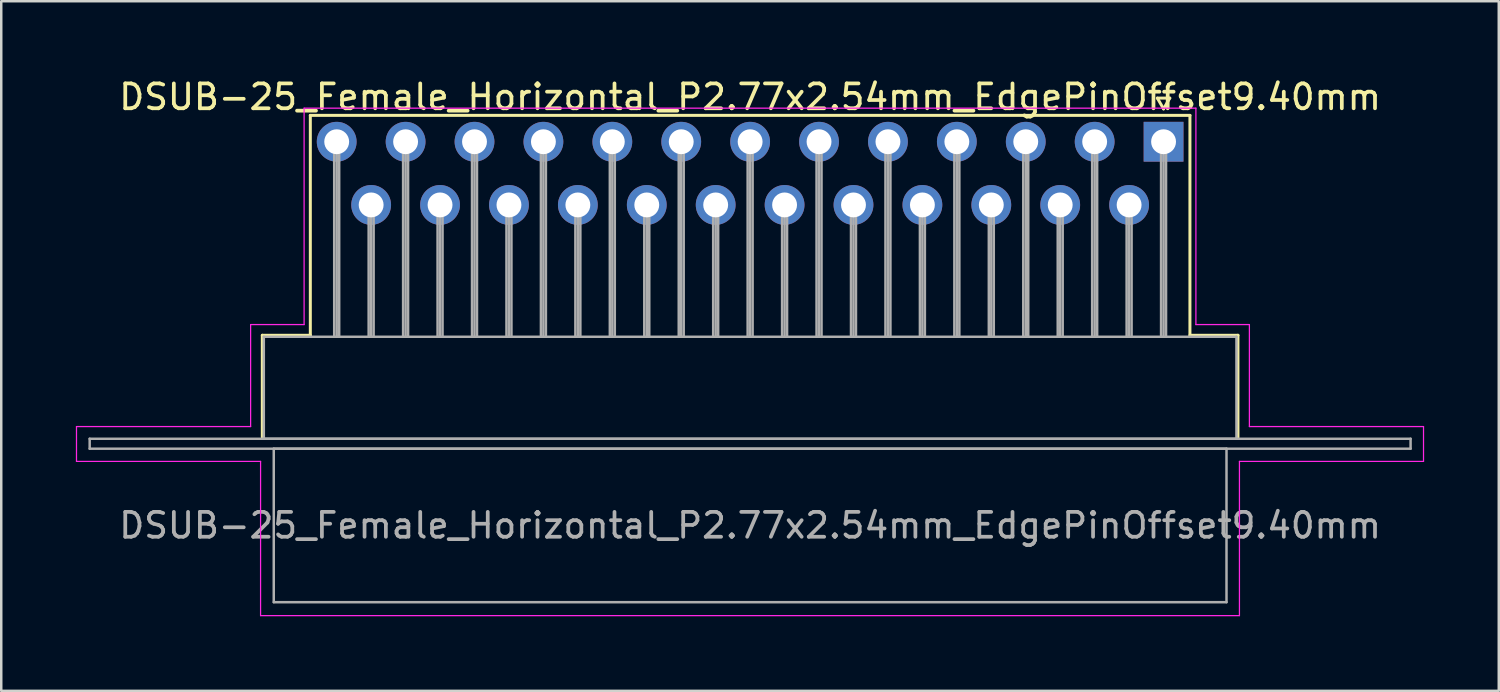
<source format=kicad_pcb>
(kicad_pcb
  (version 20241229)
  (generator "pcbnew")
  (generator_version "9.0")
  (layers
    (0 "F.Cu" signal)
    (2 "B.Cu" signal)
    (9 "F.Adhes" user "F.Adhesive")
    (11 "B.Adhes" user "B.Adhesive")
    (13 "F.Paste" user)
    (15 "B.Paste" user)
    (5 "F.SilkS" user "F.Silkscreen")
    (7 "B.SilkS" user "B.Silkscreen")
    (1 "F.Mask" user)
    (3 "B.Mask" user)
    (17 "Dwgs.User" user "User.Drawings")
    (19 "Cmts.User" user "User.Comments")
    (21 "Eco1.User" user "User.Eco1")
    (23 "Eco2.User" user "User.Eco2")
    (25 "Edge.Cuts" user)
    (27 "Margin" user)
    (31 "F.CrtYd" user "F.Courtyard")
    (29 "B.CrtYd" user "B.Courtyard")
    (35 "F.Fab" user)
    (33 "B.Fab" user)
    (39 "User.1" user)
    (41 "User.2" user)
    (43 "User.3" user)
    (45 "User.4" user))
  (footprint "DSUB-25_Female_Horizontal_P2.77x2.54mm_EdgePinOffset9.40mm"
    (layer "F.Cu")
    (at 43.725 2.648)
    (property "Reference" "DSUB-25_Female_Horizontal_P2.77x2.54mm_EdgePinOffset9.40mm" (at -16.62 -1.8 0) (layer "F.SilkS") (effects (font (size 1 1) (thickness 0.15))))
    (attr through_hole)
    (fp_line (start -36.23 7.78) (end -34.3 7.78) (stroke (width 0.12) (type solid)) (layer "F.SilkS"))
    (fp_line (start -36.23 11.88) (end -36.23 7.78) (stroke (width 0.12) (type solid)) (layer "F.SilkS"))
    (fp_line (start -34.3 -1.06) (end 1.06 -1.06) (stroke (width 0.12) (type solid)) (layer "F.SilkS"))
    (fp_line (start -34.3 7.78) (end -34.3 -1.06) (stroke (width 0.12) (type solid)) (layer "F.SilkS"))
    (fp_line (start -0.25 -1.754) (end 0.25 -1.754) (stroke (width 0.12) (type solid)) (layer "F.SilkS"))
    (fp_line (start 0 -1.321) (end -0.25 -1.754) (stroke (width 0.12) (type solid)) (layer "F.SilkS"))
    (fp_line (start 0.25 -1.754) (end 0 -1.321) (stroke (width 0.12) (type solid)) (layer "F.SilkS"))
    (fp_line (start 1.06 -1.06) (end 1.06 7.78) (stroke (width 0.12) (type solid)) (layer "F.SilkS"))
    (fp_line (start 1.06 7.78) (end 2.99 7.78) (stroke (width 0.12) (type solid)) (layer "F.SilkS"))
    (fp_line (start 2.99 7.78) (end 2.99 11.88) (stroke (width 0.12) (type solid)) (layer "F.SilkS"))
    (fp_line (start -43.7 11.45) (end -36.7 11.45) (stroke (width 0.05) (type solid)) (layer "F.CrtYd"))
    (fp_line (start -43.7 12.85) (end -43.7 11.45) (stroke (width 0.05) (type solid)) (layer "F.CrtYd"))
    (fp_line (start -36.7 7.35) (end -34.55 7.35) (stroke (width 0.05) (type solid)) (layer "F.CrtYd"))
    (fp_line (start -36.7 11.45) (end -36.7 7.35) (stroke (width 0.05) (type solid)) (layer "F.CrtYd"))
    (fp_line (start -36.3 12.85) (end -43.7 12.85) (stroke (width 0.05) (type solid)) (layer "F.CrtYd"))
    (fp_line (start -36.3 19.05) (end -36.3 12.85) (stroke (width 0.05) (type solid)) (layer "F.CrtYd"))
    (fp_line (start -34.55 -1.35) (end 1.3 -1.35) (stroke (width 0.05) (type solid)) (layer "F.CrtYd"))
    (fp_line (start -34.55 7.35) (end -34.55 -1.35) (stroke (width 0.05) (type solid)) (layer "F.CrtYd"))
    (fp_line (start 1.3 -1.35) (end 1.3 7.35) (stroke (width 0.05) (type solid)) (layer "F.CrtYd"))
    (fp_line (start 1.3 7.35) (end 3.45 7.35) (stroke (width 0.05) (type solid)) (layer "F.CrtYd"))
    (fp_line (start 3.05 12.85) (end 3.05 19.05) (stroke (width 0.05) (type solid)) (layer "F.CrtYd"))
    (fp_line (start 3.05 19.05) (end -36.3 19.05) (stroke (width 0.05) (type solid)) (layer "F.CrtYd"))
    (fp_line (start 3.45 7.35) (end 3.45 11.45) (stroke (width 0.05) (type solid)) (layer "F.CrtYd"))
    (fp_line (start 3.45 11.45) (end 10.45 11.45) (stroke (width 0.05) (type solid)) (layer "F.CrtYd"))
    (fp_line (start 10.45 11.45) (end 10.45 12.85) (stroke (width 0.05) (type solid)) (layer "F.CrtYd"))
    (fp_line (start 10.45 12.85) (end 3.05 12.85) (stroke (width 0.05) (type solid)) (layer "F.CrtYd"))
    (fp_line (start -43.17 11.94) (end -43.17 12.34) (stroke (width 0.1) (type solid)) (layer "F.Fab"))
    (fp_line (start -43.17 12.34) (end 9.93 12.34) (stroke (width 0.1) (type solid)) (layer "F.Fab"))
    (fp_line (start -36.17 7.84) (end -36.17 11.94) (stroke (width 0.1) (type solid)) (layer "F.Fab"))
    (fp_line (start -36.17 11.94) (end 2.93 11.94) (stroke (width 0.1) (type solid)) (layer "F.Fab"))
    (fp_line (start -35.77 12.34) (end -35.77 18.51) (stroke (width 0.1) (type solid)) (layer "F.Fab"))
    (fp_line (start -35.77 18.51) (end 2.53 18.51) (stroke (width 0.1) (type solid)) (layer "F.Fab"))
    (fp_line (start -33.34 0) (end -33.34 7.84) (stroke (width 0.1) (type solid)) (layer "F.Fab"))
    (fp_line (start -33.24 0) (end -33.24 7.84) (stroke (width 0.1) (type solid)) (layer "F.Fab"))
    (fp_line (start -33.14 0) (end -33.14 7.84) (stroke (width 0.1) (type solid)) (layer "F.Fab"))
    (fp_line (start -31.955 2.54) (end -31.955 7.84) (stroke (width 0.1) (type solid)) (layer "F.Fab"))
    (fp_line (start -31.855 2.54) (end -31.855 7.84) (stroke (width 0.1) (type solid)) (layer "F.Fab"))
    (fp_line (start -31.755 2.54) (end -31.755 7.84) (stroke (width 0.1) (type solid)) (layer "F.Fab"))
    (fp_line (start -30.57 0) (end -30.57 7.84) (stroke (width 0.1) (type solid)) (layer "F.Fab"))
    (fp_line (start -30.47 0) (end -30.47 7.84) (stroke (width 0.1) (type solid)) (layer "F.Fab"))
    (fp_line (start -30.37 0) (end -30.37 7.84) (stroke (width 0.1) (type solid)) (layer "F.Fab"))
    (fp_line (start -29.185 2.54) (end -29.185 7.84) (stroke (width 0.1) (type solid)) (layer "F.Fab"))
    (fp_line (start -29.085 2.54) (end -29.085 7.84) (stroke (width 0.1) (type solid)) (layer "F.Fab"))
    (fp_line (start -28.985 2.54) (end -28.985 7.84) (stroke (width 0.1) (type solid)) (layer "F.Fab"))
    (fp_line (start -27.8 0) (end -27.8 7.84) (stroke (width 0.1) (type solid)) (layer "F.Fab"))
    (fp_line (start -27.7 0) (end -27.7 7.84) (stroke (width 0.1) (type solid)) (layer "F.Fab"))
    (fp_line (start -27.6 0) (end -27.6 7.84) (stroke (width 0.1) (type solid)) (layer "F.Fab"))
    (fp_line (start -26.415 2.54) (end -26.415 7.84) (stroke (width 0.1) (type solid)) (layer "F.Fab"))
    (fp_line (start -26.315 2.54) (end -26.315 7.84) (stroke (width 0.1) (type solid)) (layer "F.Fab"))
    (fp_line (start -26.215 2.54) (end -26.215 7.84) (stroke (width 0.1) (type solid)) (layer "F.Fab"))
    (fp_line (start -25.03 0) (end -25.03 7.84) (stroke (width 0.1) (type solid)) (layer "F.Fab"))
    (fp_line (start -24.93 0) (end -24.93 7.84) (stroke (width 0.1) (type solid)) (layer "F.Fab"))
    (fp_line (start -24.83 0) (end -24.83 7.84) (stroke (width 0.1) (type solid)) (layer "F.Fab"))
    (fp_line (start -23.645 2.54) (end -23.645 7.84) (stroke (width 0.1) (type solid)) (layer "F.Fab"))
    (fp_line (start -23.545 2.54) (end -23.545 7.84) (stroke (width 0.1) (type solid)) (layer "F.Fab"))
    (fp_line (start -23.445 2.54) (end -23.445 7.84) (stroke (width 0.1) (type solid)) (layer "F.Fab"))
    (fp_line (start -22.26 0) (end -22.26 7.84) (stroke (width 0.1) (type solid)) (layer "F.Fab"))
    (fp_line (start -22.16 0) (end -22.16 7.84) (stroke (width 0.1) (type solid)) (layer "F.Fab"))
    (fp_line (start -22.06 0) (end -22.06 7.84) (stroke (width 0.1) (type solid)) (layer "F.Fab"))
    (fp_line (start -20.875 2.54) (end -20.875 7.84) (stroke (width 0.1) (type solid)) (layer "F.Fab"))
    (fp_line (start -20.775 2.54) (end -20.775 7.84) (stroke (width 0.1) (type solid)) (layer "F.Fab"))
    (fp_line (start -20.675 2.54) (end -20.675 7.84) (stroke (width 0.1) (type solid)) (layer "F.Fab"))
    (fp_line (start -19.49 0) (end -19.49 7.84) (stroke (width 0.1) (type solid)) (layer "F.Fab"))
    (fp_line (start -19.39 0) (end -19.39 7.84) (stroke (width 0.1) (type solid)) (layer "F.Fab"))
    (fp_line (start -19.29 0) (end -19.29 7.84) (stroke (width 0.1) (type solid)) (layer "F.Fab"))
    (fp_line (start -18.105 2.54) (end -18.105 7.84) (stroke (width 0.1) (type solid)) (layer "F.Fab"))
    (fp_line (start -18.005 2.54) (end -18.005 7.84) (stroke (width 0.1) (type solid)) (layer "F.Fab"))
    (fp_line (start -17.905 2.54) (end -17.905 7.84) (stroke (width 0.1) (type solid)) (layer "F.Fab"))
    (fp_line (start -16.72 0) (end -16.72 7.84) (stroke (width 0.1) (type solid)) (layer "F.Fab"))
    (fp_line (start -16.62 0) (end -16.62 7.84) (stroke (width 0.1) (type solid)) (layer "F.Fab"))
    (fp_line (start -16.52 0) (end -16.52 7.84) (stroke (width 0.1) (type solid)) (layer "F.Fab"))
    (fp_line (start -15.335 2.54) (end -15.335 7.84) (stroke (width 0.1) (type solid)) (layer "F.Fab"))
    (fp_line (start -15.235 2.54) (end -15.235 7.84) (stroke (width 0.1) (type solid)) (layer "F.Fab"))
    (fp_line (start -15.135 2.54) (end -15.135 7.84) (stroke (width 0.1) (type solid)) (layer "F.Fab"))
    (fp_line (start -13.95 0) (end -13.95 7.84) (stroke (width 0.1) (type solid)) (layer "F.Fab"))
    (fp_line (start -13.85 0) (end -13.85 7.84) (stroke (width 0.1) (type solid)) (layer "F.Fab"))
    (fp_line (start -13.75 0) (end -13.75 7.84) (stroke (width 0.1) (type solid)) (layer "F.Fab"))
    (fp_line (start -12.565 2.54) (end -12.565 7.84) (stroke (width 0.1) (type solid)) (layer "F.Fab"))
    (fp_line (start -12.465 2.54) (end -12.465 7.84) (stroke (width 0.1) (type solid)) (layer "F.Fab"))
    (fp_line (start -12.365 2.54) (end -12.365 7.84) (stroke (width 0.1) (type solid)) (layer "F.Fab"))
    (fp_line (start -11.18 0) (end -11.18 7.84) (stroke (width 0.1) (type solid)) (layer "F.Fab"))
    (fp_line (start -11.08 0) (end -11.08 7.84) (stroke (width 0.1) (type solid)) (layer "F.Fab"))
    (fp_line (start -10.98 0) (end -10.98 7.84) (stroke (width 0.1) (type solid)) (layer "F.Fab"))
    (fp_line (start -9.795 2.54) (end -9.795 7.84) (stroke (width 0.1) (type solid)) (layer "F.Fab"))
    (fp_line (start -9.695 2.54) (end -9.695 7.84) (stroke (width 0.1) (type solid)) (layer "F.Fab"))
    (fp_line (start -9.595 2.54) (end -9.595 7.84) (stroke (width 0.1) (type solid)) (layer "F.Fab"))
    (fp_line (start -8.41 0) (end -8.41 7.84) (stroke (width 0.1) (type solid)) (layer "F.Fab"))
    (fp_line (start -8.31 0) (end -8.31 7.84) (stroke (width 0.1) (type solid)) (layer "F.Fab"))
    (fp_line (start -8.21 0) (end -8.21 7.84) (stroke (width 0.1) (type solid)) (layer "F.Fab"))
    (fp_line (start -7.025 2.54) (end -7.025 7.84) (stroke (width 0.1) (type solid)) (layer "F.Fab"))
    (fp_line (start -6.925 2.54) (end -6.925 7.84) (stroke (width 0.1) (type solid)) (layer "F.Fab"))
    (fp_line (start -6.825 2.54) (end -6.825 7.84) (stroke (width 0.1) (type solid)) (layer "F.Fab"))
    (fp_line (start -5.64 0) (end -5.64 7.84) (stroke (width 0.1) (type solid)) (layer "F.Fab"))
    (fp_line (start -5.54 0) (end -5.54 7.84) (stroke (width 0.1) (type solid)) (layer "F.Fab"))
    (fp_line (start -5.44 0) (end -5.44 7.84) (stroke (width 0.1) (type solid)) (layer "F.Fab"))
    (fp_line (start -4.255 2.54) (end -4.255 7.84) (stroke (width 0.1) (type solid)) (layer "F.Fab"))
    (fp_line (start -4.155 2.54) (end -4.155 7.84) (stroke (width 0.1) (type solid)) (layer "F.Fab"))
    (fp_line (start -4.055 2.54) (end -4.055 7.84) (stroke (width 0.1) (type solid)) (layer "F.Fab"))
    (fp_line (start -2.87 0) (end -2.87 7.84) (stroke (width 0.1) (type solid)) (layer "F.Fab"))
    (fp_line (start -2.77 0) (end -2.77 7.84) (stroke (width 0.1) (type solid)) (layer "F.Fab"))
    (fp_line (start -2.67 0) (end -2.67 7.84) (stroke (width 0.1) (type solid)) (layer "F.Fab"))
    (fp_line (start -1.485 2.54) (end -1.485 7.84) (stroke (width 0.1) (type solid)) (layer "F.Fab"))
    (fp_line (start -1.385 2.54) (end -1.385 7.84) (stroke (width 0.1) (type solid)) (layer "F.Fab"))
    (fp_line (start -1.285 2.54) (end -1.285 7.84) (stroke (width 0.1) (type solid)) (layer "F.Fab"))
    (fp_line (start -0.1 0) (end -0.1 7.84) (stroke (width 0.1) (type solid)) (layer "F.Fab"))
    (fp_line (start 0 0) (end 0 7.84) (stroke (width 0.1) (type solid)) (layer "F.Fab"))
    (fp_line (start 0.1 0) (end 0.1 7.84) (stroke (width 0.1) (type solid)) (layer "F.Fab"))
    (fp_line (start 2.53 12.34) (end -35.77 12.34) (stroke (width 0.1) (type solid)) (layer "F.Fab"))
    (fp_line (start 2.53 18.51) (end 2.53 12.34) (stroke (width 0.1) (type solid)) (layer "F.Fab"))
    (fp_line (start 2.93 7.84) (end -36.17 7.84) (stroke (width 0.1) (type solid)) (layer "F.Fab"))
    (fp_line (start 2.93 11.94) (end 2.93 7.84) (stroke (width 0.1) (type solid)) (layer "F.Fab"))
    (fp_line (start 9.93 11.94) (end -43.17 11.94) (stroke (width 0.1) (type solid)) (layer "F.Fab"))
    (fp_line (start 9.93 12.34) (end 9.93 11.94) (stroke (width 0.1) (type solid)) (layer "F.Fab"))
    (fp_text user "${REFERENCE}" (at -16.62 15.425 0) (layer "F.Fab") (effects (font (size 1 1) (thickness 0.15))))
    (pad "1" thru_hole rect (at 0 0) (size 1.6 1.6) (drill 1) (layers "*.Cu" "*.Mask"))
    (pad "2" thru_hole circle (at -2.77 0) (size 1.6 1.6) (drill 1) (layers "*.Cu" "*.Mask"))
    (pad "3" thru_hole circle (at -5.54 0) (size 1.6 1.6) (drill 1) (layers "*.Cu" "*.Mask"))
    (pad "4" thru_hole circle (at -8.31 0) (size 1.6 1.6) (drill 1) (layers "*.Cu" "*.Mask"))
    (pad "5" thru_hole circle (at -11.08 0) (size 1.6 1.6) (drill 1) (layers "*.Cu" "*.Mask"))
    (pad "6" thru_hole circle (at -13.85 0) (size 1.6 1.6) (drill 1) (layers "*.Cu" "*.Mask"))
    (pad "7" thru_hole circle (at -16.62 0) (size 1.6 1.6) (drill 1) (layers "*.Cu" "*.Mask"))
    (pad "8" thru_hole circle (at -19.39 0) (size 1.6 1.6) (drill 1) (layers "*.Cu" "*.Mask"))
    (pad "9" thru_hole circle (at -22.16 0) (size 1.6 1.6) (drill 1) (layers "*.Cu" "*.Mask"))
    (pad "10" thru_hole circle (at -24.93 0) (size 1.6 1.6) (drill 1) (layers "*.Cu" "*.Mask"))
    (pad "11" thru_hole circle (at -27.7 0) (size 1.6 1.6) (drill 1) (layers "*.Cu" "*.Mask"))
    (pad "12" thru_hole circle (at -30.47 0) (size 1.6 1.6) (drill 1) (layers "*.Cu" "*.Mask"))
    (pad "13" thru_hole circle (at -33.24 0) (size 1.6 1.6) (drill 1) (layers "*.Cu" "*.Mask"))
    (pad "14" thru_hole circle (at -1.385 2.54) (size 1.6 1.6) (drill 1) (layers "*.Cu" "*.Mask"))
    (pad "15" thru_hole circle (at -4.155 2.54) (size 1.6 1.6) (drill 1) (layers "*.Cu" "*.Mask"))
    (pad "16" thru_hole circle (at -6.925 2.54) (size 1.6 1.6) (drill 1) (layers "*.Cu" "*.Mask"))
    (pad "17" thru_hole circle (at -9.695 2.54) (size 1.6 1.6) (drill 1) (layers "*.Cu" "*.Mask"))
    (pad "18" thru_hole circle (at -12.465 2.54) (size 1.6 1.6) (drill 1) (layers "*.Cu" "*.Mask"))
    (pad "19" thru_hole circle (at -15.235 2.54) (size 1.6 1.6) (drill 1) (layers "*.Cu" "*.Mask"))
    (pad "20" thru_hole circle (at -18.005 2.54) (size 1.6 1.6) (drill 1) (layers "*.Cu" "*.Mask"))
    (pad "21" thru_hole circle (at -20.775 2.54) (size 1.6 1.6) (drill 1) (layers "*.Cu" "*.Mask"))
    (pad "22" thru_hole circle (at -23.545 2.54) (size 1.6 1.6) (drill 1) (layers "*.Cu" "*.Mask"))
    (pad "23" thru_hole circle (at -26.315 2.54) (size 1.6 1.6) (drill 1) (layers "*.Cu" "*.Mask"))
    (pad "24" thru_hole circle (at -29.085 2.54) (size 1.6 1.6) (drill 1) (layers "*.Cu" "*.Mask"))
    (pad "25" thru_hole circle (at -31.855 2.54) (size 1.6 1.6) (drill 1) (layers "*.Cu" "*.Mask")))
  (gr_rect
    (start -3 -3)
    (end 57.2 24.723)
    (stroke (width 0.1) (type default))
    (fill no)
    (layer "Edge.Cuts")))
</source>
